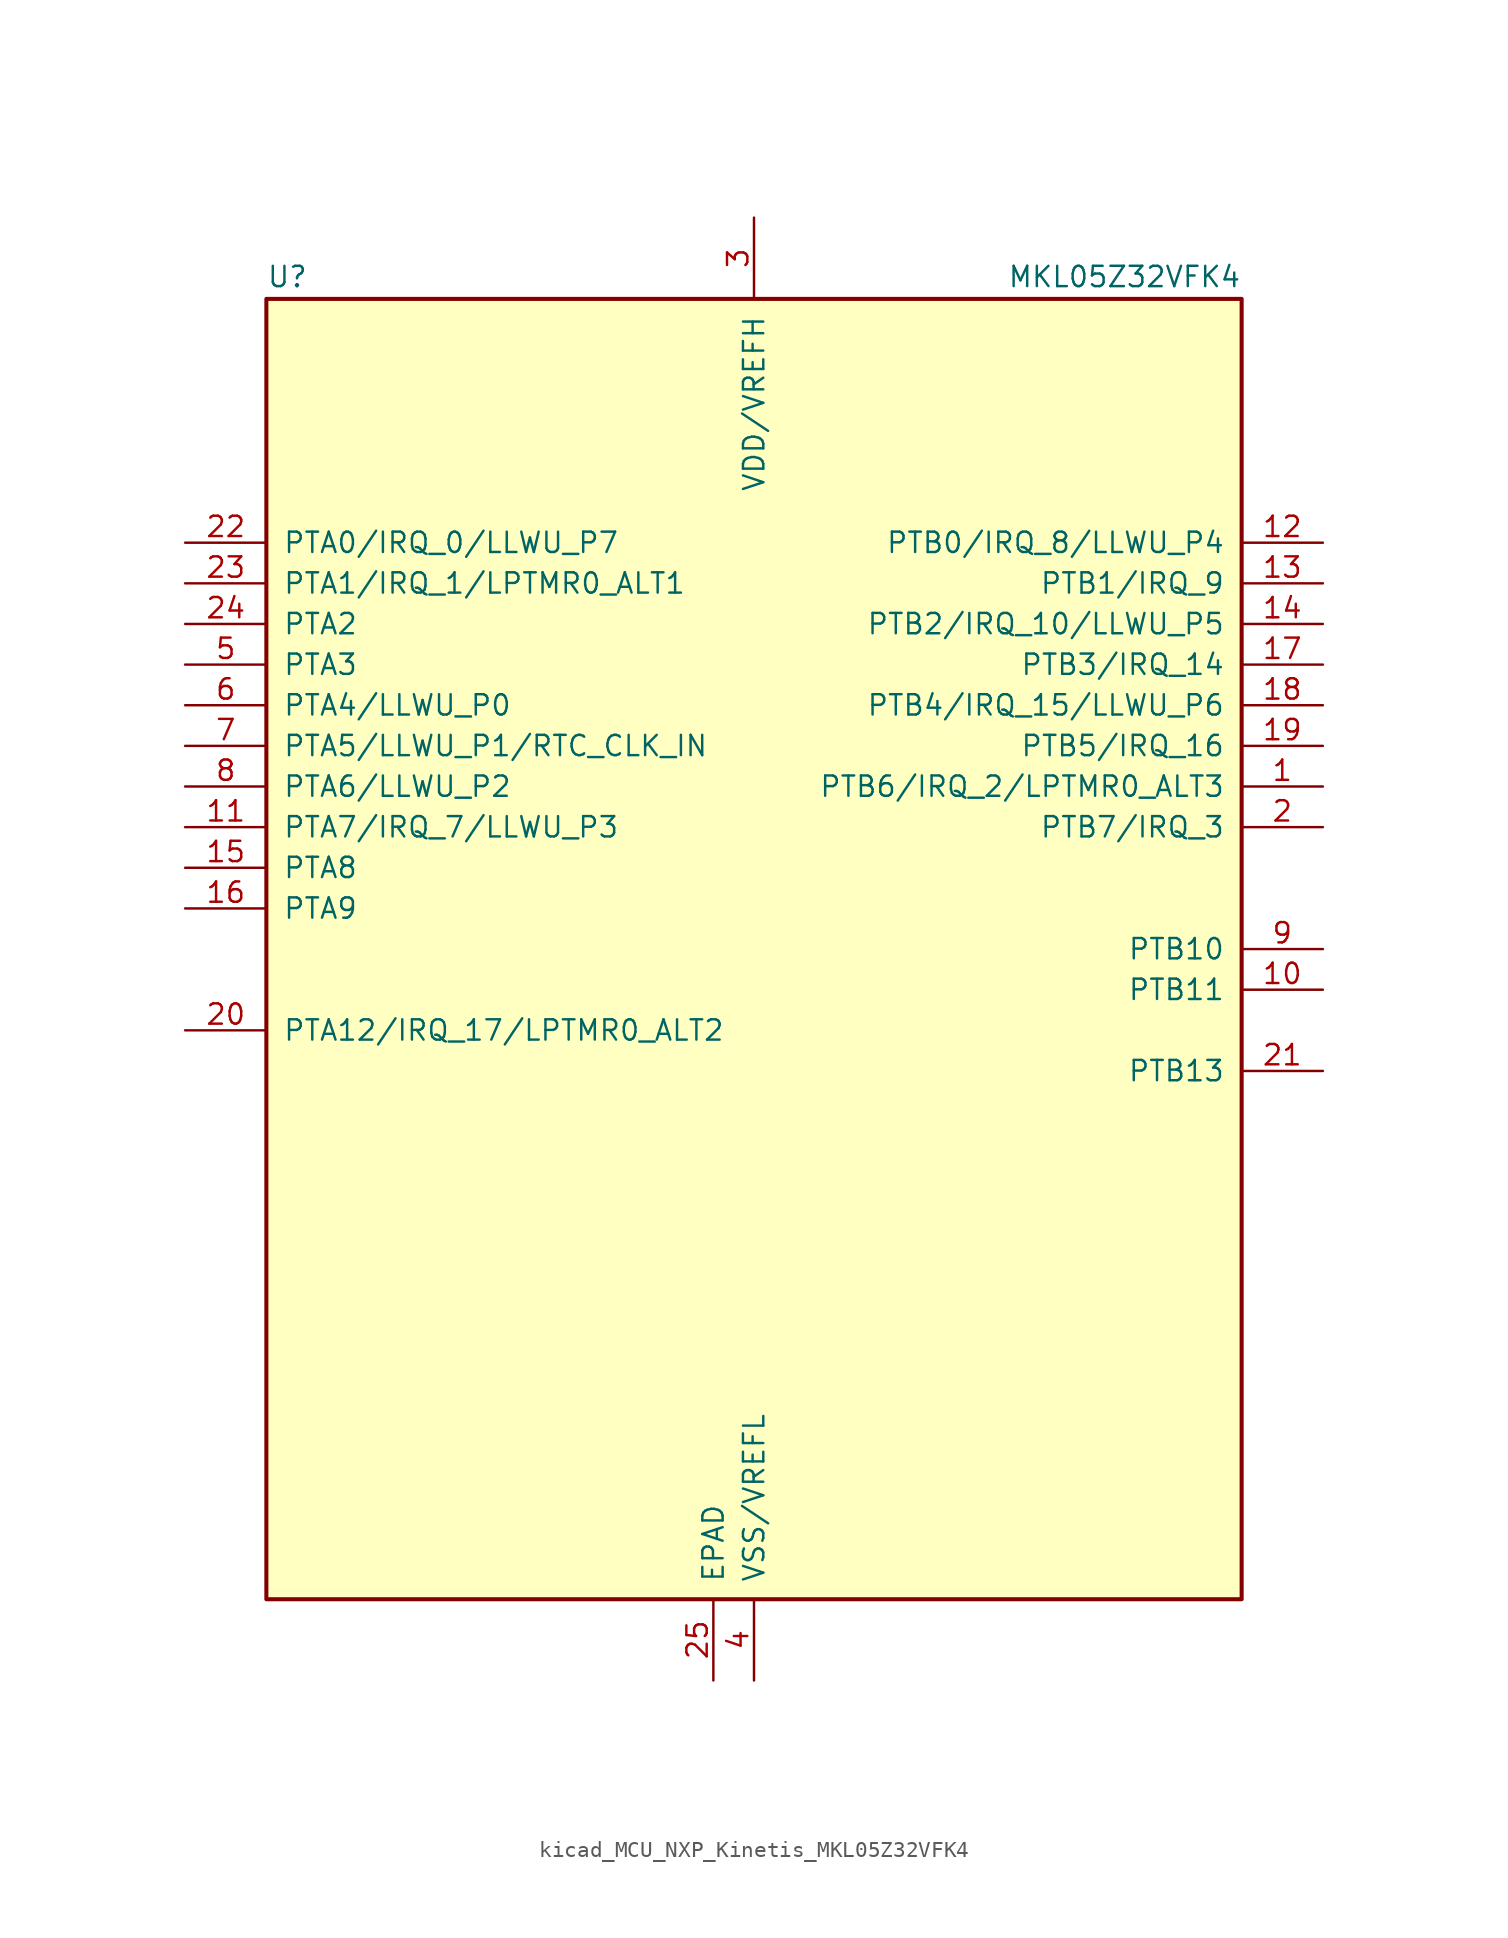
<source format=kicad_sym>
(kicad_symbol_lib
  (version 20220914)
  (generator kicad_symbol_editor)
  (symbol "kicad_MCU_NXP_Kinetis_MKL05Z32VFK4"
    (pin_names
      (offset 1.016))
    (property "Reference" "U"
      (at -30.48 41.275 0)
      (effects (font (size 1.27 1.27)) (justify left bottom)))
    (property "Value" "MKL05Z32VFK4"
      (at 30.48 41.275 0)
      (effects (font (size 1.27 1.27)) (justify right bottom)))
    (symbol "kicad_MCU_NXP_Kinetis_MKL05Z32VFK4_0_1"
      (rectangle (start -30.48 40.64) (end 30.48 -40.64) (stroke (width 0.254) (type default)) (fill (type background))))
    (symbol "kicad_MCU_NXP_Kinetis_MKL05Z32VFK4_1_1"
      (pin bidirectional line (at 35.56 10.16 180) (length 5.08) (name "PTB6/IRQ_2/LPTMR0_ALT3" (effects (font (size 1.27 1.27)))) (number "1" (effects (font (size 1.27 1.27)))))
      (pin bidirectional line (at 35.56 -2.54 180) (length 5.08) (name "PTB11" (effects (font (size 1.27 1.27)))) (number "10" (effects (font (size 1.27 1.27)))))
      (pin bidirectional line (at -35.56 7.62 0) (length 5.08) (name "PTA7/IRQ_7/LLWU_P3" (effects (font (size 1.27 1.27)))) (number "11" (effects (font (size 1.27 1.27)))))
      (pin bidirectional line (at 35.56 25.4 180) (length 5.08) (name "PTB0/IRQ_8/LLWU_P4" (effects (font (size 1.27 1.27)))) (number "12" (effects (font (size 1.27 1.27)))))
      (pin bidirectional line (at 35.56 22.86 180) (length 5.08) (name "PTB1/IRQ_9" (effects (font (size 1.27 1.27)))) (number "13" (effects (font (size 1.27 1.27)))))
      (pin bidirectional line (at 35.56 20.32 180) (length 5.08) (name "PTB2/IRQ_10/LLWU_P5" (effects (font (size 1.27 1.27)))) (number "14" (effects (font (size 1.27 1.27)))))
      (pin bidirectional line (at -35.56 5.08 0) (length 5.08) (name "PTA8" (effects (font (size 1.27 1.27)))) (number "15" (effects (font (size 1.27 1.27)))))
      (pin bidirectional line (at -35.56 2.54 0) (length 5.08) (name "PTA9" (effects (font (size 1.27 1.27)))) (number "16" (effects (font (size 1.27 1.27)))))
      (pin bidirectional line (at 35.56 17.78 180) (length 5.08) (name "PTB3/IRQ_14" (effects (font (size 1.27 1.27)))) (number "17" (effects (font (size 1.27 1.27)))))
      (pin bidirectional line (at 35.56 15.24 180) (length 5.08) (name "PTB4/IRQ_15/LLWU_P6" (effects (font (size 1.27 1.27)))) (number "18" (effects (font (size 1.27 1.27)))))
      (pin bidirectional line (at 35.56 12.7 180) (length 5.08) (name "PTB5/IRQ_16" (effects (font (size 1.27 1.27)))) (number "19" (effects (font (size 1.27 1.27)))))
      (pin bidirectional line (at 35.56 7.62 180) (length 5.08) (name "PTB7/IRQ_3" (effects (font (size 1.27 1.27)))) (number "2" (effects (font (size 1.27 1.27)))))
      (pin bidirectional line (at -35.56 -5.08 0) (length 5.08) (name "PTA12/IRQ_17/LPTMR0_ALT2" (effects (font (size 1.27 1.27)))) (number "20" (effects (font (size 1.27 1.27)))))
      (pin bidirectional line (at 35.56 -7.62 180) (length 5.08) (name "PTB13" (effects (font (size 1.27 1.27)))) (number "21" (effects (font (size 1.27 1.27)))))
      (pin bidirectional line (at -35.56 25.4 0) (length 5.08) (name "PTA0/IRQ_0/LLWU_P7" (effects (font (size 1.27 1.27)))) (number "22" (effects (font (size 1.27 1.27)))))
      (pin bidirectional line (at -35.56 22.86 0) (length 5.08) (name "PTA1/IRQ_1/LPTMR0_ALT1" (effects (font (size 1.27 1.27)))) (number "23" (effects (font (size 1.27 1.27)))))
      (pin bidirectional line (at -35.56 20.32 0) (length 5.08) (name "PTA2" (effects (font (size 1.27 1.27)))) (number "24" (effects (font (size 1.27 1.27)))))
      (pin power_in line (at -2.54 -45.72 90) (length 5.08) (name "EPAD" (effects (font (size 1.27 1.27)))) (number "25" (effects (font (size 1.27 1.27)))))
      (pin power_in line (at 0 45.72 270) (length 5.08) (name "VDD/VREFH" (effects (font (size 1.27 1.27)))) (number "3" (effects (font (size 1.27 1.27)))))
      (pin power_in line (at 0 -45.72 90) (length 5.08) (name "VSS/VREFL" (effects (font (size 1.27 1.27)))) (number "4" (effects (font (size 1.27 1.27)))))
      (pin bidirectional line (at -35.56 17.78 0) (length 5.08) (name "PTA3" (effects (font (size 1.27 1.27)))) (number "5" (effects (font (size 1.27 1.27)))))
      (pin bidirectional line (at -35.56 15.24 0) (length 5.08) (name "PTA4/LLWU_P0" (effects (font (size 1.27 1.27)))) (number "6" (effects (font (size 1.27 1.27)))))
      (pin bidirectional line (at -35.56 12.7 0) (length 5.08) (name "PTA5/LLWU_P1/RTC_CLK_IN" (effects (font (size 1.27 1.27)))) (number "7" (effects (font (size 1.27 1.27)))))
      (pin bidirectional line (at -35.56 10.16 0) (length 5.08) (name "PTA6/LLWU_P2" (effects (font (size 1.27 1.27)))) (number "8" (effects (font (size 1.27 1.27)))))
      (pin bidirectional line (at 35.56 0 180) (length 5.08) (name "PTB10" (effects (font (size 1.27 1.27)))) (number "9" (effects (font (size 1.27 1.27))))))))
</source>
